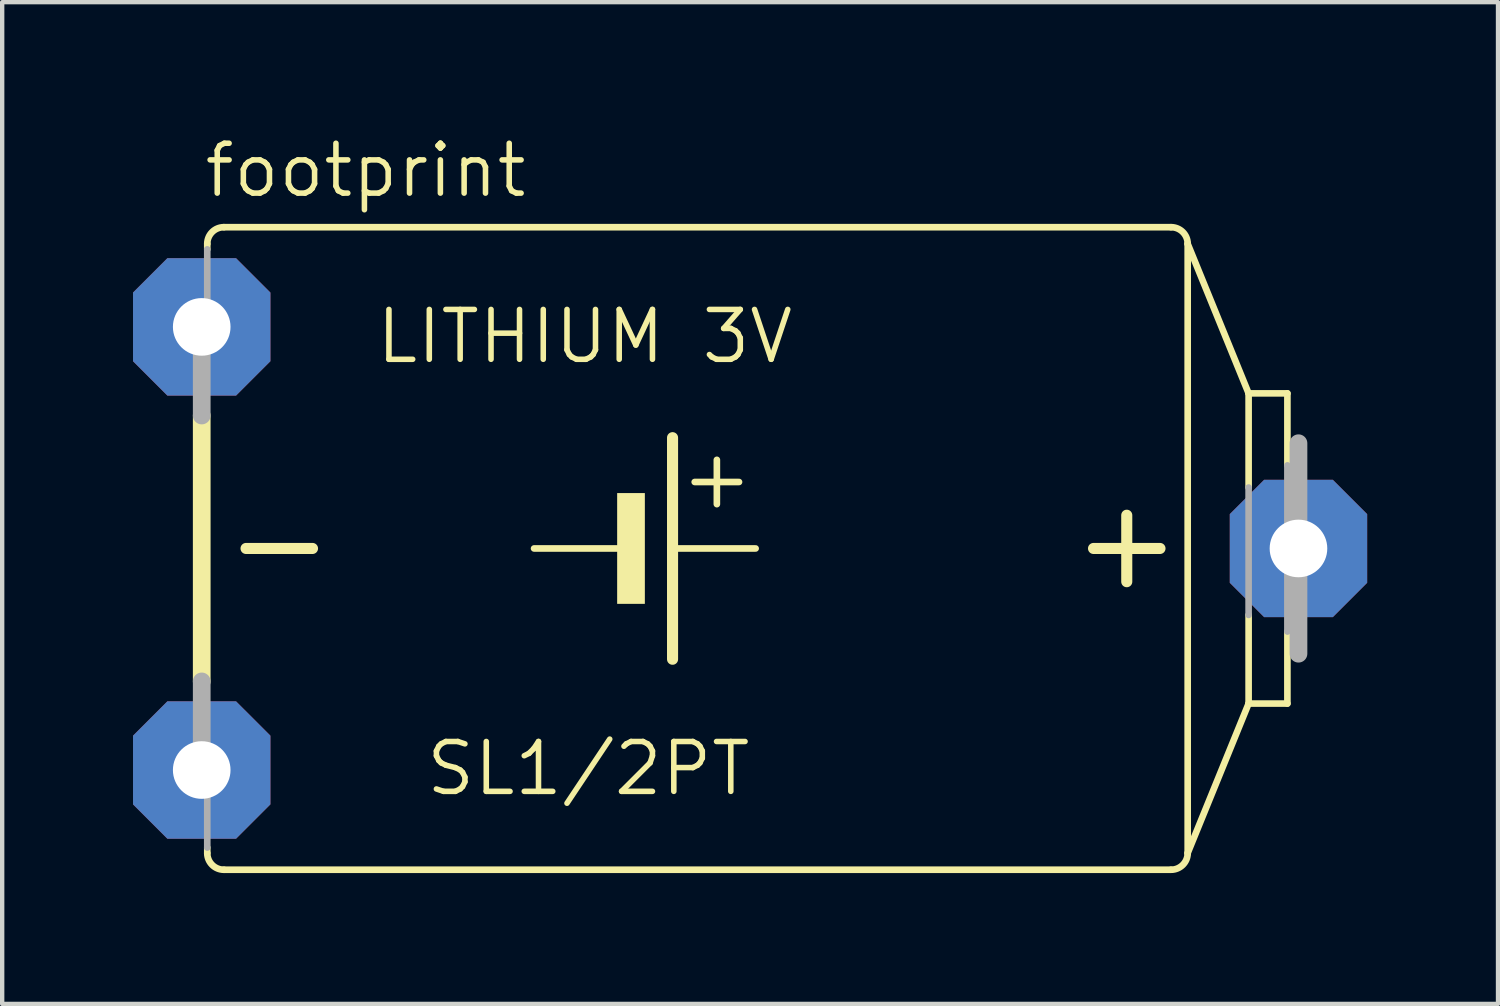
<source format=kicad_pcb>
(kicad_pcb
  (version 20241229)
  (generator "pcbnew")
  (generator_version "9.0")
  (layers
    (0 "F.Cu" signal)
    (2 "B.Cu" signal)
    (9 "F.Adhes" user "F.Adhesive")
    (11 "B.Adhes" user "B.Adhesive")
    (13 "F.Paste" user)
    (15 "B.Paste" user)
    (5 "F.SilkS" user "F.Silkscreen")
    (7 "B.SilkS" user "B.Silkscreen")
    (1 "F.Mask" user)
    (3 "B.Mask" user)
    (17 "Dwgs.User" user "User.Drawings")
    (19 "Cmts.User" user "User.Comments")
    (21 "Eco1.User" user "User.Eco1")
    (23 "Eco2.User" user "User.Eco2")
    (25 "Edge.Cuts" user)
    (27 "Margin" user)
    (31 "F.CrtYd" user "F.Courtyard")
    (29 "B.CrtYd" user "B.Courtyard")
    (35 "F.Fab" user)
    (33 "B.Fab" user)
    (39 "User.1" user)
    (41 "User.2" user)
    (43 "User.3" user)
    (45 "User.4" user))
  (footprint "footprint"
    (layer "F.Cu")
    (at 14.275 9.525)
    (property "Reference" "footprint" (at -12.7 -8.001 0) (layer "F.SilkS") (effects (font (size 1.143 1.143) (thickness 0.127)) (justify left bottom)))
    (fp_line (start -12.7 3.048) (end -12.7 -3.048) (stroke (width 0.406) (type solid)) (layer "F.SilkS"))
    (fp_line (start -12.573 -6.858) (end -12.573 -6.985) (stroke (width 0.152) (type solid)) (layer "F.SilkS"))
    (fp_line (start -12.573 6.985) (end -12.573 6.858) (stroke (width 0.152) (type solid)) (layer "F.SilkS"))
    (fp_line (start -11.684 0) (end -10.16 0) (stroke (width 0.254) (type solid)) (layer "F.SilkS"))
    (fp_line (start -5.08 0) (end -3.175 0) (stroke (width 0.152) (type solid)) (layer "F.SilkS"))
    (fp_line (start -1.905 -2.54) (end -1.905 0) (stroke (width 0.254) (type solid)) (layer "F.SilkS"))
    (fp_line (start -1.905 0) (end -1.905 2.54) (stroke (width 0.254) (type solid)) (layer "F.SilkS"))
    (fp_line (start -1.905 0) (end 0 0) (stroke (width 0.152) (type solid)) (layer "F.SilkS"))
    (fp_line (start -1.397 -1.524) (end -0.381 -1.524) (stroke (width 0.152) (type solid)) (layer "F.SilkS"))
    (fp_line (start -0.889 -2.032) (end -0.889 -1.016) (stroke (width 0.152) (type solid)) (layer "F.SilkS"))
    (fp_line (start 7.747 0) (end 9.271 0) (stroke (width 0.254) (type solid)) (layer "F.SilkS"))
    (fp_line (start 8.509 0.762) (end 8.509 -0.762) (stroke (width 0.254) (type solid)) (layer "F.SilkS"))
    (fp_line (start 9.525 -7.366) (end -12.192 -7.366) (stroke (width 0.152) (type solid)) (layer "F.SilkS"))
    (fp_line (start 9.525 7.366) (end -12.192 7.366) (stroke (width 0.152) (type solid)) (layer "F.SilkS"))
    (fp_line (start 9.906 -6.985) (end 9.906 6.985) (stroke (width 0.152) (type solid)) (layer "F.SilkS"))
    (fp_line (start 9.906 6.985) (end 11.303 3.556) (stroke (width 0.152) (type solid)) (layer "F.SilkS"))
    (fp_line (start 11.303 -3.556) (end 9.906 -6.985) (stroke (width 0.152) (type solid)) (layer "F.SilkS"))
    (fp_line (start 11.303 -1.397) (end 11.303 -3.556) (stroke (width 0.152) (type solid)) (layer "F.SilkS"))
    (fp_line (start 11.303 3.556) (end 11.303 1.524) (stroke (width 0.152) (type solid)) (layer "F.SilkS"))
    (fp_line (start 12.192 -3.556) (end 11.303 -3.556) (stroke (width 0.152) (type solid)) (layer "F.SilkS"))
    (fp_line (start 12.192 -1.905) (end 12.192 -3.556) (stroke (width 0.152) (type solid)) (layer "F.SilkS"))
    (fp_line (start 12.192 3.556) (end 11.303 3.556) (stroke (width 0.152) (type solid)) (layer "F.SilkS"))
    (fp_line (start 12.192 3.556) (end 12.192 1.905) (stroke (width 0.152) (type solid)) (layer "F.SilkS"))
    (fp_arc (start -12.573 -6.985) (mid -12.461408 -7.254408) (end -12.192 -7.366) (stroke (width 0.1524) (type solid)) (layer "F.SilkS"))
    (fp_arc (start -12.192 7.366) (mid -12.461408 7.254408) (end -12.573 6.985) (stroke (width 0.1524) (type solid)) (layer "F.SilkS"))
    (fp_arc (start 9.525 -7.366) (mid 9.794408 -7.254408) (end 9.906 -6.985) (stroke (width 0.1524) (type solid)) (layer "F.SilkS"))
    (fp_arc (start 9.906 6.985) (mid 9.794408 7.254408) (end 9.525 7.366) (stroke (width 0.1524) (type solid)) (layer "F.SilkS"))
    (fp_poly (pts (xy -3.175 1.27) (xy -2.54 1.27) (xy -2.54 -1.27) (xy -3.175 -1.27)) (stroke (width 0) (type solid)) (fill yes) (layer "F.SilkS"))
    (fp_line (start -12.7 -3.048) (end -12.7 -5.461) (stroke (width 0.406) (type solid)) (layer "F.Fab"))
    (fp_line (start -12.7 5.461) (end -12.7 3.048) (stroke (width 0.406) (type solid)) (layer "F.Fab"))
    (fp_line (start -12.573 -6.858) (end -12.573 -5.461) (stroke (width 0.152) (type solid)) (layer "F.Fab"))
    (fp_line (start -12.573 6.858) (end -12.573 5.461) (stroke (width 0.152) (type solid)) (layer "F.Fab"))
    (fp_line (start 11.303 1.524) (end 11.303 -1.397) (stroke (width 0.152) (type solid)) (layer "F.Fab"))
    (fp_line (start 12.192 1.905) (end 12.192 -1.905) (stroke (width 0.152) (type solid)) (layer "F.Fab"))
    (fp_line (start 12.446 2.413) (end 12.446 -2.413) (stroke (width 0.406) (type solid)) (layer "F.Fab"))
    (fp_text user "SL1/2PT" (at -7.62 5.715 0) (layer "F.SilkS") (effects (font (size 1.143 1.143) (thickness 0.127)) (justify left bottom)))
    (fp_text user "LITHIUM 3V" (at -8.763 -4.191 0) (layer "F.SilkS") (effects (font (size 1.143 1.143) (thickness 0.127)) (justify left bottom)))
    (pad "+" thru_hole roundrect (at 12.446 0) (size 3.15 3.15) (drill 1.321) (layers "*.Cu" "*.Mask") (roundrect_rratio 0.25) (chamfer_ratio 0.25) (chamfer top_left top_right bottom_left bottom_right))
    (pad "-" thru_hole roundrect (at -12.7 5.08) (size 3.15 3.15) (drill 1.321) (layers "*.Cu" "*.Mask") (roundrect_rratio 0.25) (chamfer_ratio 0.25) (chamfer top_left top_right bottom_left bottom_right))
    (pad "-@1" thru_hole roundrect (at -12.7 -5.08) (size 3.15 3.15) (drill 1.321) (layers "*.Cu" "*.Mask") (roundrect_rratio 0.25) (chamfer_ratio 0.25) (chamfer top_left top_right bottom_left bottom_right)))
  (gr_rect
    (start -3 -3)
    (end 31.296 19.967)
    (stroke (width 0.1) (type default))
    (fill no)
    (layer "Edge.Cuts")))
</source>
